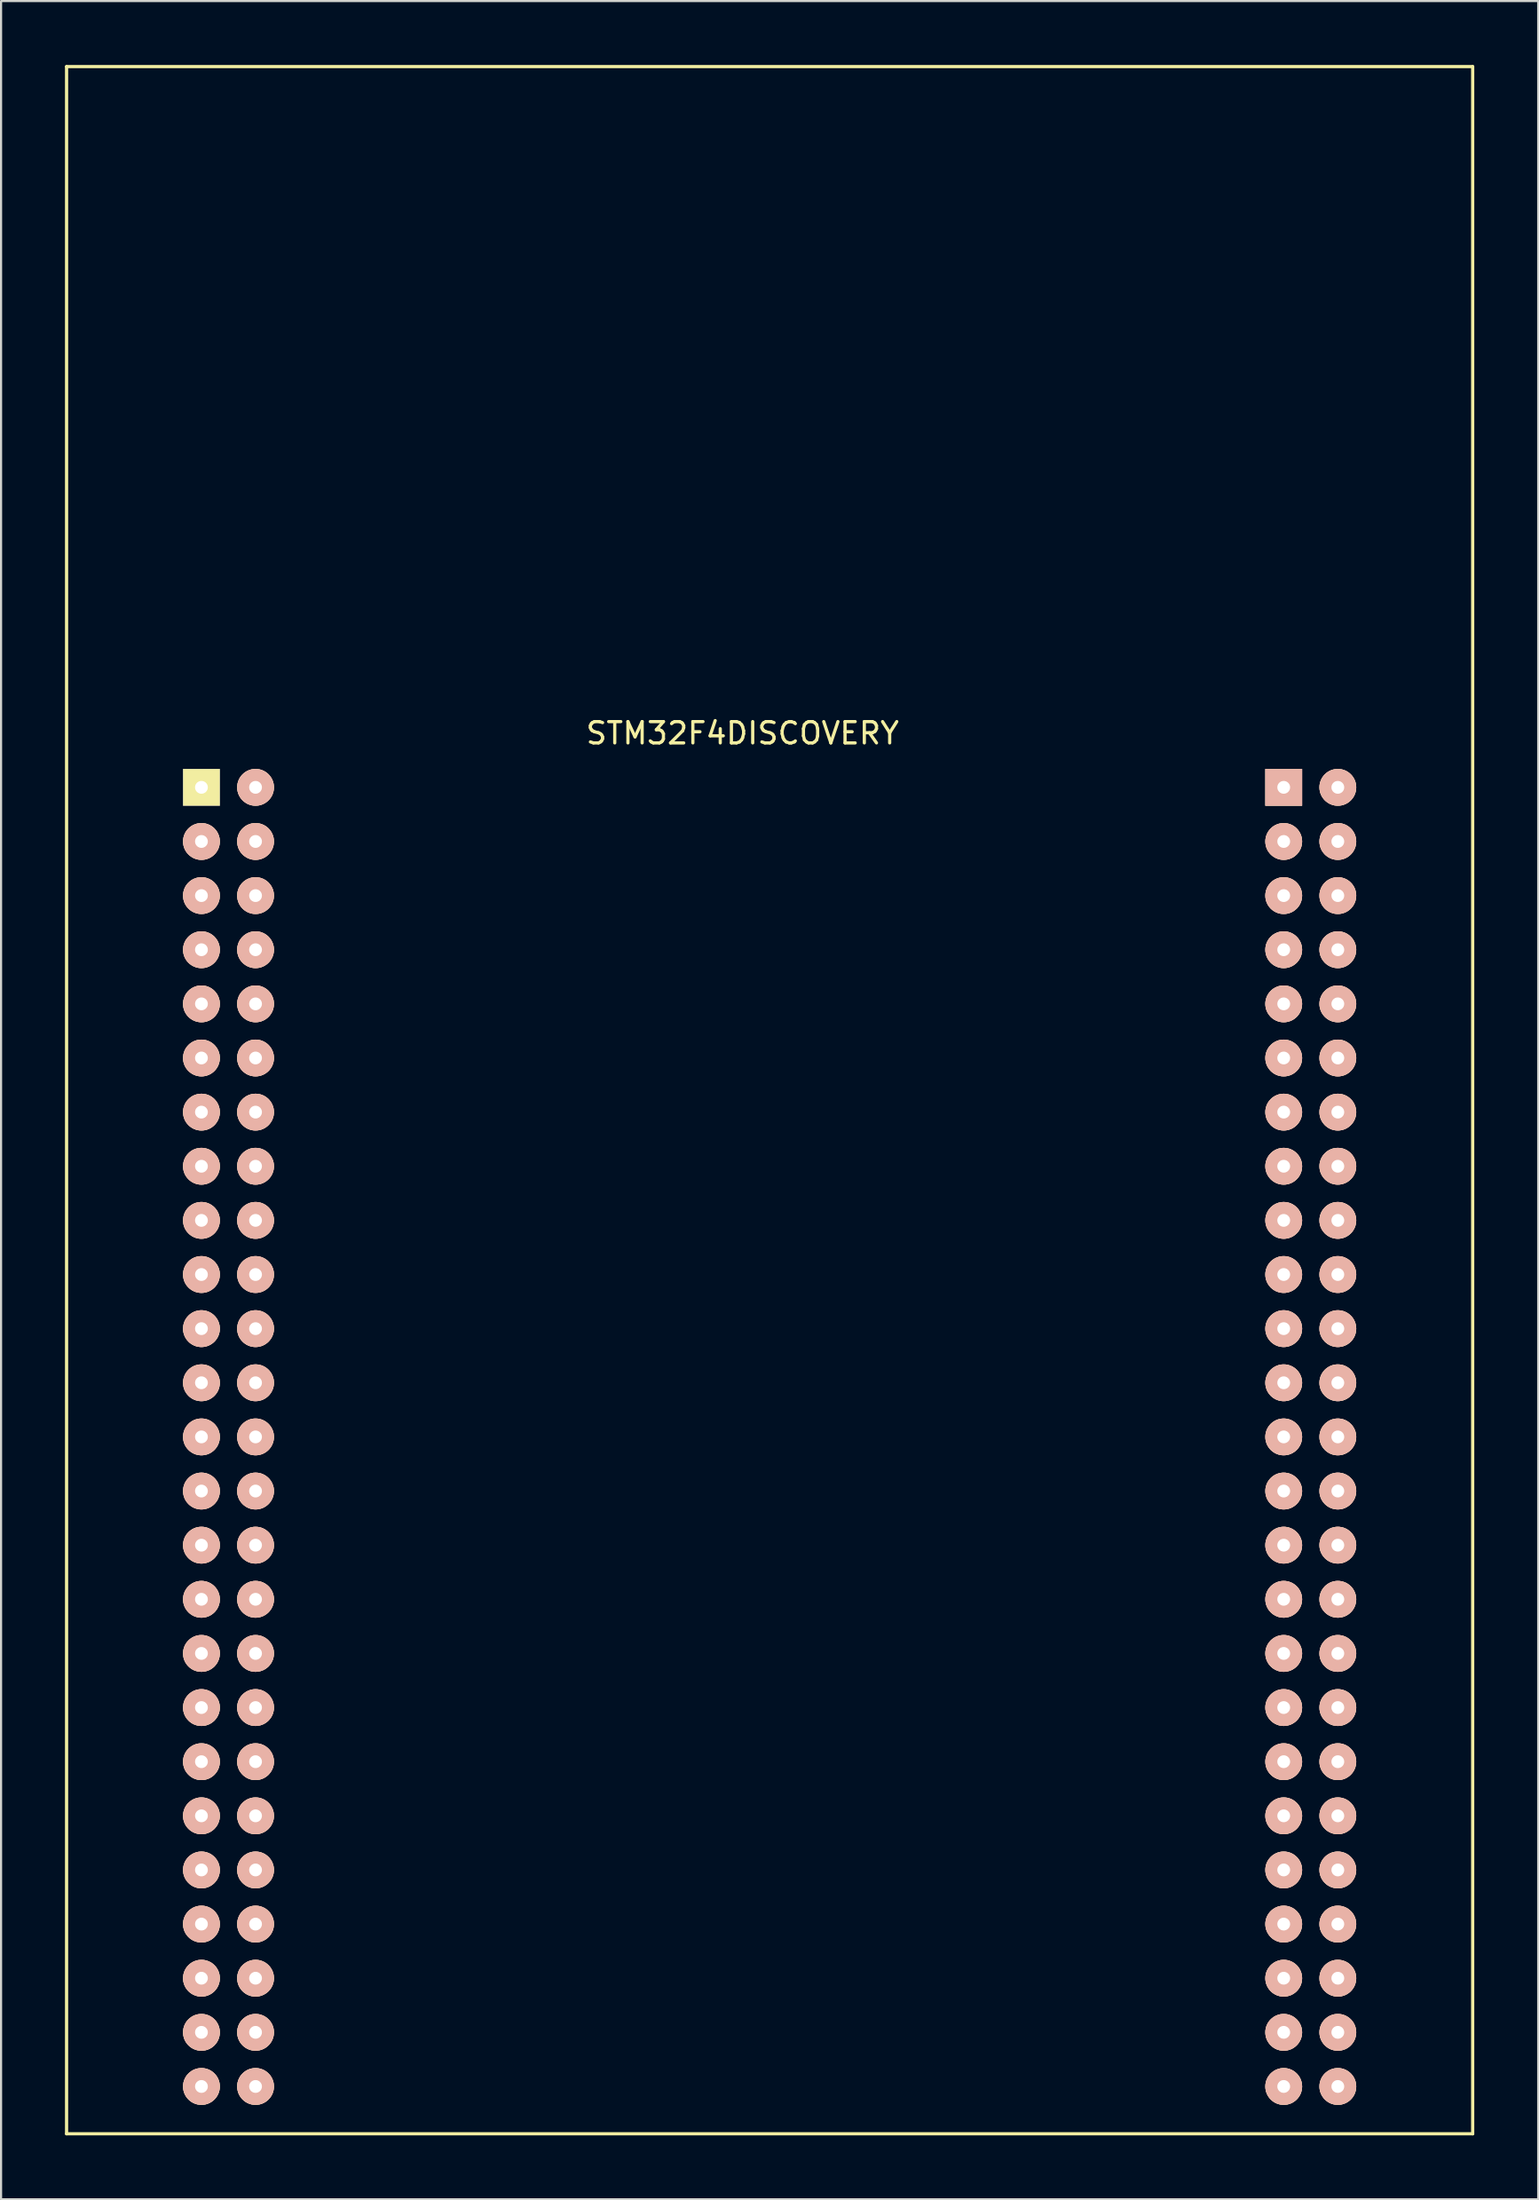
<source format=kicad_pcb>
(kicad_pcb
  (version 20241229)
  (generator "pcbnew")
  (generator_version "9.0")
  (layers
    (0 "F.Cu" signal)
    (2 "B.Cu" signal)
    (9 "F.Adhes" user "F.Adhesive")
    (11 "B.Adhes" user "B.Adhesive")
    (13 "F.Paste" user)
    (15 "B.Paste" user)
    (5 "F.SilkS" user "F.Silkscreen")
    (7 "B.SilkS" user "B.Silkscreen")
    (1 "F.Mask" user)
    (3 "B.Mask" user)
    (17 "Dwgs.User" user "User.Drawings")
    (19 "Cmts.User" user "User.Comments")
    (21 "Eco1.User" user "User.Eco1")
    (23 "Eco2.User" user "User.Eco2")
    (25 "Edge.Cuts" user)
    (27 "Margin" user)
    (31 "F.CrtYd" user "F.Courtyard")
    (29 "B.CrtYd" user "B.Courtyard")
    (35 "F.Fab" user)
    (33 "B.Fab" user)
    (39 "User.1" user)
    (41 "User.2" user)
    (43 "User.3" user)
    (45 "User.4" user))
  (footprint "STM32F4DISCOVERY"
    (layer "F.Cu")
    (at 6.405 33.895)
    (property "Reference" "STM32F4DISCOVERY" (at 25.4 -2.54 0) (layer "F.SilkS") (effects (font (size 1 1) (thickness 0.15))))
    (attr through_hole)
    (fp_line (start -6.33 -33.82) (end 59.67 -33.82) (stroke (width 0.15) (type solid)) (layer "F.SilkS"))
    (fp_line (start -6.33 63.18) (end -6.33 -33.82) (stroke (width 0.15) (type solid)) (layer "F.SilkS"))
    (fp_line (start 59.67 -33.82) (end 59.67 63.18) (stroke (width 0.15) (type solid)) (layer "F.SilkS"))
    (fp_line (start 59.67 63.18) (end -6.33 63.18) (stroke (width 0.15) (type solid)) (layer "F.SilkS"))
    (pad "1" thru_hole rect (at 0 0) (size 1.727 1.727) (drill 0.6) (layers "F.Mask" "B.Cu" "F.SilkS" "F.Paste"))
    (pad "2" thru_hole oval (at 2.54 0) (size 1.727 1.727) (drill 0.6) (layers "*.Paste" "*.SilkS" "*.Mask" "B.Cu"))
    (pad "3" thru_hole oval (at 0 2.54) (size 1.727 1.727) (drill 0.6) (layers "*.Paste" "*.SilkS" "*.Mask" "B.Cu"))
    (pad "4" thru_hole oval (at 2.54 2.54) (size 1.727 1.727) (drill 0.6) (layers "*.Paste" "*.SilkS" "*.Mask" "B.Cu"))
    (pad "5" thru_hole oval (at 0 5.08) (size 1.727 1.727) (drill 0.6) (layers "*.Paste" "*.SilkS" "*.Mask" "B.Cu"))
    (pad "6" thru_hole oval (at 2.54 5.08) (size 1.727 1.727) (drill 0.6) (layers "*.Paste" "*.SilkS" "*.Mask" "B.Cu"))
    (pad "7" thru_hole oval (at 0 7.62) (size 1.727 1.727) (drill 0.6) (layers "*.Paste" "*.SilkS" "*.Mask" "B.Cu"))
    (pad "8" thru_hole oval (at 2.54 7.62) (size 1.727 1.727) (drill 0.6) (layers "*.Paste" "*.SilkS" "*.Mask" "B.Cu"))
    (pad "9" thru_hole oval (at 0 10.16) (size 1.727 1.727) (drill 0.6) (layers "*.Paste" "*.SilkS" "*.Mask" "B.Cu"))
    (pad "10" thru_hole oval (at 2.54 10.16) (size 1.727 1.727) (drill 0.6) (layers "*.Paste" "*.SilkS" "*.Mask" "B.Cu"))
    (pad "11" thru_hole oval (at 0 12.7) (size 1.727 1.727) (drill 0.6) (layers "*.Paste" "*.SilkS" "*.Mask" "B.Cu"))
    (pad "12" thru_hole oval (at 2.54 12.7) (size 1.727 1.727) (drill 0.6) (layers "*.Paste" "*.SilkS" "*.Mask" "B.Cu"))
    (pad "13" thru_hole oval (at 0 15.24) (size 1.727 1.727) (drill 0.6) (layers "*.Paste" "*.SilkS" "*.Mask" "B.Cu"))
    (pad "14" thru_hole oval (at 2.54 15.24) (size 1.727 1.727) (drill 0.6) (layers "*.Paste" "*.SilkS" "*.Mask" "B.Cu"))
    (pad "15" thru_hole oval (at 0 17.78) (size 1.727 1.727) (drill 0.6) (layers "*.Paste" "*.SilkS" "*.Mask" "B.Cu"))
    (pad "16" thru_hole oval (at 2.54 17.78) (size 1.727 1.727) (drill 0.6) (layers "*.Paste" "*.SilkS" "*.Mask" "B.Cu"))
    (pad "17" thru_hole oval (at 0 20.32) (size 1.727 1.727) (drill 0.6) (layers "*.Paste" "*.SilkS" "*.Mask" "B.Cu"))
    (pad "18" thru_hole oval (at 2.54 20.32) (size 1.727 1.727) (drill 0.6) (layers "*.Paste" "*.SilkS" "*.Mask" "B.Cu"))
    (pad "19" thru_hole oval (at 0 22.86) (size 1.727 1.727) (drill 0.6) (layers "*.Paste" "*.SilkS" "*.Mask" "B.Cu"))
    (pad "20" thru_hole oval (at 2.54 22.86) (size 1.727 1.727) (drill 0.6) (layers "*.Paste" "*.SilkS" "*.Mask" "B.Cu"))
    (pad "21" thru_hole oval (at 0 25.4) (size 1.727 1.727) (drill 0.6) (layers "*.Paste" "*.SilkS" "*.Mask" "B.Cu"))
    (pad "22" thru_hole oval (at 2.54 25.4) (size 1.727 1.727) (drill 0.6) (layers "*.Paste" "*.SilkS" "*.Mask" "B.Cu"))
    (pad "23" thru_hole oval (at 0 27.94) (size 1.727 1.727) (drill 0.6) (layers "*.Paste" "*.SilkS" "*.Mask" "B.Cu"))
    (pad "24" thru_hole oval (at 2.54 27.94) (size 1.727 1.727) (drill 0.6) (layers "*.Paste" "*.SilkS" "*.Mask" "B.Cu"))
    (pad "25" thru_hole oval (at 0 30.48) (size 1.727 1.727) (drill 0.6) (layers "*.Paste" "*.SilkS" "*.Mask" "B.Cu"))
    (pad "26" thru_hole oval (at 2.54 30.48) (size 1.727 1.727) (drill 0.6) (layers "*.Paste" "*.SilkS" "*.Mask" "B.Cu"))
    (pad "27" thru_hole oval (at 0 33.02) (size 1.727 1.727) (drill 0.6) (layers "*.Paste" "*.SilkS" "*.Mask" "B.Cu"))
    (pad "28" thru_hole oval (at 2.54 33.02) (size 1.727 1.727) (drill 0.6) (layers "*.Paste" "*.SilkS" "*.Mask" "B.Cu"))
    (pad "29" thru_hole oval (at 0 35.56) (size 1.727 1.727) (drill 0.6) (layers "*.Paste" "*.SilkS" "*.Mask" "B.Cu"))
    (pad "30" thru_hole oval (at 2.54 35.56) (size 1.727 1.727) (drill 0.6) (layers "*.Paste" "*.SilkS" "*.Mask" "B.Cu"))
    (pad "31" thru_hole oval (at 0 38.1) (size 1.727 1.727) (drill 0.6) (layers "*.Paste" "*.SilkS" "*.Mask" "B.Cu"))
    (pad "32" thru_hole oval (at 2.54 38.1) (size 1.727 1.727) (drill 0.6) (layers "*.Paste" "*.SilkS" "*.Mask" "B.Cu"))
    (pad "33" thru_hole oval (at 0 40.64) (size 1.727 1.727) (drill 0.6) (layers "*.Paste" "*.SilkS" "*.Mask" "B.Cu"))
    (pad "34" thru_hole oval (at 2.54 40.64) (size 1.727 1.727) (drill 0.6) (layers "*.Paste" "*.SilkS" "*.Mask" "B.Cu"))
    (pad "35" thru_hole oval (at 0 43.18) (size 1.727 1.727) (drill 0.6) (layers "*.Paste" "*.SilkS" "*.Mask" "B.Cu"))
    (pad "36" thru_hole oval (at 2.54 43.18) (size 1.727 1.727) (drill 0.6) (layers "*.Paste" "*.SilkS" "*.Mask" "B.Cu"))
    (pad "37" thru_hole oval (at 0 45.72) (size 1.727 1.727) (drill 0.6) (layers "*.Paste" "*.SilkS" "*.Mask" "B.Cu"))
    (pad "38" thru_hole oval (at 2.54 45.72) (size 1.727 1.727) (drill 0.6) (layers "*.Paste" "*.SilkS" "*.Mask" "B.Cu"))
    (pad "39" thru_hole oval (at 0 48.26) (size 1.727 1.727) (drill 0.6) (layers "*.Paste" "*.SilkS" "*.Mask" "B.Cu"))
    (pad "40" thru_hole oval (at 2.54 48.26) (size 1.727 1.727) (drill 0.6) (layers "*.Paste" "*.SilkS" "*.Mask" "B.Cu"))
    (pad "41" thru_hole oval (at 0 50.8) (size 1.727 1.727) (drill 0.6) (layers "*.Paste" "*.SilkS" "*.Mask" "B.Cu"))
    (pad "42" thru_hole oval (at 2.54 50.8) (size 1.727 1.727) (drill 0.6) (layers "*.Paste" "*.SilkS" "*.Mask" "B.Cu"))
    (pad "43" thru_hole oval (at 0 53.34) (size 1.727 1.727) (drill 0.6) (layers "*.Paste" "*.SilkS" "*.Mask" "B.Cu"))
    (pad "44" thru_hole oval (at 2.54 53.34) (size 1.727 1.727) (drill 0.6) (layers "*.Paste" "*.SilkS" "*.Mask" "B.Cu"))
    (pad "45" thru_hole oval (at 0 55.88) (size 1.727 1.727) (drill 0.6) (layers "*.Paste" "*.SilkS" "*.Mask" "B.Cu"))
    (pad "46" thru_hole oval (at 2.54 55.88) (size 1.727 1.727) (drill 0.6) (layers "*.Paste" "*.SilkS" "*.Mask" "B.Cu"))
    (pad "47" thru_hole oval (at 0 58.42) (size 1.727 1.727) (drill 0.6) (layers "*.Paste" "*.SilkS" "*.Mask" "B.Cu"))
    (pad "48" thru_hole oval (at 2.54 58.42) (size 1.727 1.727) (drill 0.6) (layers "*.Paste" "*.SilkS" "*.Mask" "B.Cu"))
    (pad "49" thru_hole oval (at 0 60.96) (size 1.727 1.727) (drill 0.6) (layers "*.Paste" "*.SilkS" "*.Mask" "B.Cu"))
    (pad "50" thru_hole oval (at 2.54 60.96) (size 1.727 1.727) (drill 0.6) (layers "*.Paste" "*.SilkS" "*.Mask" "B.Cu"))
    (pad "51" thru_hole rect (at 50.8 0) (size 1.727 1.727) (drill 0.6) (layers "*.Paste" "*.SilkS" "*.Mask" "B.Cu"))
    (pad "52" thru_hole circle (at 53.34 0) (size 1.727 1.727) (drill 0.6) (layers "*.Paste" "*.SilkS" "*.Mask" "B.Cu"))
    (pad "53" thru_hole circle (at 50.8 2.54) (size 1.727 1.727) (drill 0.6) (layers "*.Paste" "*.SilkS" "*.Mask" "B.Cu"))
    (pad "54" thru_hole circle (at 53.34 2.54) (size 1.727 1.727) (drill 0.6) (layers "*.Paste" "*.SilkS" "*.Mask" "B.Cu"))
    (pad "55" thru_hole circle (at 50.8 5.08) (size 1.727 1.727) (drill 0.6) (layers "*.Paste" "*.SilkS" "*.Mask" "B.Cu"))
    (pad "56" thru_hole circle (at 53.34 5.08) (size 1.727 1.727) (drill 0.6) (layers "*.Paste" "*.SilkS" "*.Mask" "B.Cu"))
    (pad "57" thru_hole circle (at 50.8 7.62) (size 1.727 1.727) (drill 0.6) (layers "*.Paste" "*.SilkS" "*.Mask" "B.Cu"))
    (pad "58" thru_hole circle (at 53.34 7.62) (size 1.727 1.727) (drill 0.6) (layers "*.Paste" "*.SilkS" "*.Mask" "B.Cu"))
    (pad "59" thru_hole circle (at 50.8 10.16) (size 1.727 1.727) (drill 0.6) (layers "*.Paste" "*.SilkS" "*.Mask" "B.Cu"))
    (pad "60" thru_hole circle (at 53.34 10.16) (size 1.727 1.727) (drill 0.6) (layers "*.Paste" "*.SilkS" "*.Mask" "B.Cu"))
    (pad "61" thru_hole circle (at 50.8 12.7) (size 1.727 1.727) (drill 0.6) (layers "*.Paste" "*.SilkS" "*.Mask" "B.Cu"))
    (pad "62" thru_hole circle (at 53.34 12.7) (size 1.727 1.727) (drill 0.6) (layers "*.Paste" "*.SilkS" "*.Mask" "B.Cu"))
    (pad "63" thru_hole circle (at 50.8 15.24) (size 1.727 1.727) (drill 0.6) (layers "*.Paste" "*.SilkS" "*.Mask" "B.Cu"))
    (pad "64" thru_hole circle (at 53.34 15.24) (size 1.727 1.727) (drill 0.6) (layers "*.Paste" "*.SilkS" "*.Mask" "B.Cu"))
    (pad "65" thru_hole circle (at 50.8 17.78) (size 1.727 1.727) (drill 0.6) (layers "*.Paste" "*.SilkS" "*.Mask" "B.Cu"))
    (pad "66" thru_hole circle (at 53.34 17.78) (size 1.727 1.727) (drill 0.6) (layers "*.Paste" "*.SilkS" "*.Mask" "B.Cu"))
    (pad "67" thru_hole circle (at 50.8 20.32) (size 1.727 1.727) (drill 0.6) (layers "*.Paste" "*.SilkS" "*.Mask" "B.Cu"))
    (pad "68" thru_hole circle (at 53.34 20.32) (size 1.727 1.727) (drill 0.6) (layers "*.Paste" "*.SilkS" "*.Mask" "B.Cu"))
    (pad "69" thru_hole circle (at 50.8 22.86) (size 1.727 1.727) (drill 0.6) (layers "*.Paste" "*.SilkS" "*.Mask" "B.Cu"))
    (pad "70" thru_hole circle (at 53.34 22.86) (size 1.727 1.727) (drill 0.6) (layers "*.Paste" "*.SilkS" "*.Mask" "B.Cu"))
    (pad "71" thru_hole circle (at 50.8 25.4) (size 1.727 1.727) (drill 0.6) (layers "*.Paste" "*.SilkS" "*.Mask" "B.Cu"))
    (pad "72" thru_hole circle (at 53.34 25.4) (size 1.727 1.727) (drill 0.6) (layers "*.Paste" "*.SilkS" "*.Mask" "B.Cu"))
    (pad "73" thru_hole circle (at 50.8 27.94) (size 1.727 1.727) (drill 0.6) (layers "*.Paste" "*.SilkS" "*.Mask" "B.Cu"))
    (pad "74" thru_hole circle (at 53.34 27.94) (size 1.727 1.727) (drill 0.6) (layers "*.Paste" "*.SilkS" "*.Mask" "B.Cu"))
    (pad "75" thru_hole circle (at 50.8 30.48) (size 1.727 1.727) (drill 0.6) (layers "*.Paste" "*.SilkS" "*.Mask" "B.Cu"))
    (pad "76" thru_hole circle (at 53.34 30.48) (size 1.727 1.727) (drill 0.6) (layers "*.Paste" "*.SilkS" "*.Mask" "B.Cu"))
    (pad "77" thru_hole circle (at 50.8 33.02) (size 1.727 1.727) (drill 0.6) (layers "*.Paste" "*.SilkS" "*.Mask" "B.Cu"))
    (pad "78" thru_hole circle (at 53.34 33.02) (size 1.727 1.727) (drill 0.6) (layers "*.Paste" "*.SilkS" "*.Mask" "B.Cu"))
    (pad "79" thru_hole circle (at 50.8 35.56) (size 1.727 1.727) (drill 0.6) (layers "*.Paste" "*.SilkS" "*.Mask" "B.Cu"))
    (pad "80" thru_hole circle (at 53.34 35.56) (size 1.727 1.727) (drill 0.6) (layers "*.Paste" "*.SilkS" "*.Mask" "B.Cu"))
    (pad "81" thru_hole circle (at 50.8 38.1) (size 1.727 1.727) (drill 0.6) (layers "*.Paste" "*.SilkS" "*.Mask" "B.Cu"))
    (pad "82" thru_hole circle (at 53.34 38.1) (size 1.727 1.727) (drill 0.6) (layers "*.Paste" "*.SilkS" "*.Mask" "B.Cu"))
    (pad "83" thru_hole circle (at 50.8 40.64) (size 1.727 1.727) (drill 0.6) (layers "*.Paste" "*.SilkS" "*.Mask" "B.Cu"))
    (pad "84" thru_hole circle (at 53.34 40.64) (size 1.727 1.727) (drill 0.6) (layers "*.Paste" "*.SilkS" "*.Mask" "B.Cu"))
    (pad "85" thru_hole circle (at 50.8 43.18) (size 1.727 1.727) (drill 0.6) (layers "*.Paste" "*.SilkS" "*.Mask" "B.Cu"))
    (pad "86" thru_hole circle (at 53.34 43.18) (size 1.727 1.727) (drill 0.6) (layers "*.Paste" "*.SilkS" "*.Mask" "B.Cu"))
    (pad "87" thru_hole circle (at 50.8 45.72) (size 1.727 1.727) (drill 0.6) (layers "*.Paste" "*.SilkS" "*.Mask" "B.Cu"))
    (pad "88" thru_hole circle (at 53.34 45.72) (size 1.727 1.727) (drill 0.6) (layers "*.Paste" "*.SilkS" "*.Mask" "B.Cu"))
    (pad "89" thru_hole circle (at 50.8 48.26) (size 1.727 1.727) (drill 0.6) (layers "*.Paste" "*.SilkS" "*.Mask" "B.Cu"))
    (pad "90" thru_hole circle (at 53.34 48.26) (size 1.727 1.727) (drill 0.6) (layers "*.Paste" "*.SilkS" "*.Mask" "B.Cu"))
    (pad "91" thru_hole circle (at 50.8 50.8) (size 1.727 1.727) (drill 0.6) (layers "*.Paste" "*.SilkS" "*.Mask" "B.Cu"))
    (pad "92" thru_hole circle (at 53.34 50.8) (size 1.727 1.727) (drill 0.6) (layers "*.Paste" "*.SilkS" "*.Mask" "B.Cu"))
    (pad "93" thru_hole circle (at 50.8 53.34) (size 1.727 1.727) (drill 0.6) (layers "*.Paste" "*.SilkS" "*.Mask" "B.Cu"))
    (pad "94" thru_hole circle (at 53.34 53.34) (size 1.727 1.727) (drill 0.6) (layers "*.Paste" "*.SilkS" "*.Mask" "B.Cu"))
    (pad "95" thru_hole circle (at 50.8 55.88) (size 1.727 1.727) (drill 0.6) (layers "*.Paste" "*.SilkS" "*.Mask" "B.Cu"))
    (pad "96" thru_hole circle (at 53.34 55.88) (size 1.727 1.727) (drill 0.6) (layers "*.Paste" "*.SilkS" "*.Mask" "B.Cu"))
    (pad "97" thru_hole circle (at 50.8 58.42) (size 1.727 1.727) (drill 0.6) (layers "*.Paste" "*.SilkS" "*.Mask" "B.Cu"))
    (pad "98" thru_hole circle (at 53.34 58.42) (size 1.727 1.727) (drill 0.6) (layers "*.Paste" "*.SilkS" "*.Mask" "B.Cu"))
    (pad "99" thru_hole circle (at 50.8 60.96) (size 1.727 1.727) (drill 0.6) (layers "*.Paste" "*.SilkS" "*.Mask" "B.Cu"))
    (pad "100" thru_hole circle (at 53.34 60.96) (size 1.727 1.727) (drill 0.6) (layers "*.Paste" "*.SilkS" "*.Mask" "B.Cu")))
  (gr_rect
    (start -3 -3)
    (end 69.15 100.15)
    (stroke (width 0.1) (type default))
    (fill no)
    (layer "Edge.Cuts")))
</source>
